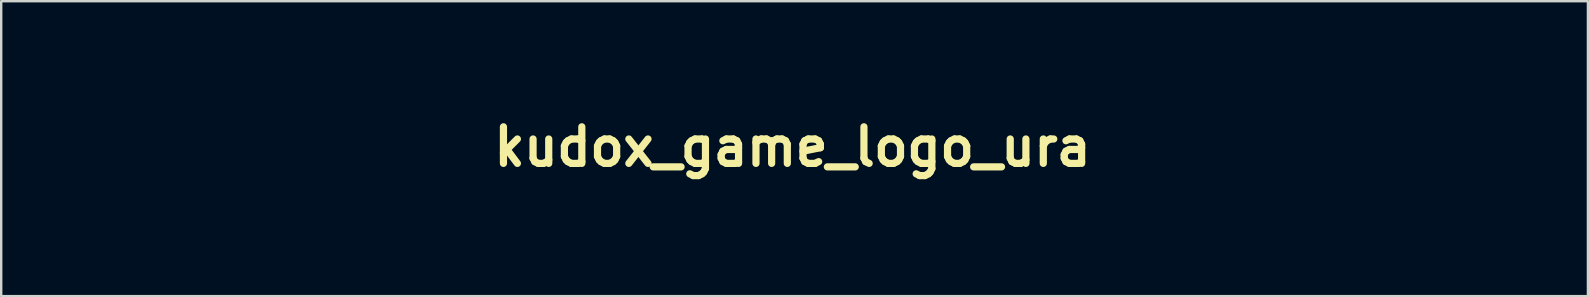
<source format=kicad_pcb>
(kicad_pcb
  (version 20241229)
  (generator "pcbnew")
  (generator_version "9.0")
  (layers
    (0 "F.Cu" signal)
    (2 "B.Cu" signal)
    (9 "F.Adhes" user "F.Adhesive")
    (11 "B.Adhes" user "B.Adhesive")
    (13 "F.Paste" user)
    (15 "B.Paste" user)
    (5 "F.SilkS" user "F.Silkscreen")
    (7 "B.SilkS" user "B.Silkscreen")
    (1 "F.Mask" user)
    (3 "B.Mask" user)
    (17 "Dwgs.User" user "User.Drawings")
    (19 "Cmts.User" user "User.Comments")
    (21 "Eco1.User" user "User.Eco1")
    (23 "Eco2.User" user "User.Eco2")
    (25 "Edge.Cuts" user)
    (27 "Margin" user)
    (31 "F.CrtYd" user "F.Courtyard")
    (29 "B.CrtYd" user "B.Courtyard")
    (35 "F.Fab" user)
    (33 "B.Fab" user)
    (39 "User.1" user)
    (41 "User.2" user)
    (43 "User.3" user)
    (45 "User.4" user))
  (footprint "kudox_game_logo_ura"
    (layer "F.Cu")
    (at 29.977 3.069)
    (property "Reference" "kudox_game_logo_ura" (at 0 0 0) (layer "F.SilkS") (effects (font (size 1.524 1.524) (thickness 0.3))))
    (attr through_hole)
    (fp_poly (pts (xy 28.238 0.875) (xy 28.562 1.04) (xy 29.003 1.291) (xy 29.47 1.572) (xy 29.869 1.826) (xy 30.11 1.998) (xy 30.141 2.035) (xy 30.009 2.156) (xy 29.675 2.385) (xy 29.234 2.663) (xy 28.78 2.933) (xy 28.407 3.137) (xy 28.21 3.217) (xy 28.161 3.062) (xy 28.125 2.654) (xy 28.109 2.077) (xy 28.109 2.018) (xy 28.126 1.44) (xy 28.169 1.032) (xy 28.23 0.874) (xy 28.238 0.875)) (stroke (width 0.01) (type solid)) (fill yes) (layer "F.Mask"))
    (fp_poly (pts (xy -15.815 -2.96) (xy -14.96 -2.712) (xy -14.348 -2.245) (xy -13.956 -1.542) (xy -13.763 -0.586) (xy -13.746 -0.356) (xy -13.789 0.792) (xy -14.066 1.696) (xy -14.584 2.364) (xy -15.35 2.803) (xy -16.37 3.02) (xy -16.992 3.048) (xy -17.714 3.017) (xy -18.117 2.921) (xy -18.213 2.83) (xy -18.238 2.594) (xy -18.255 2.081) (xy -18.259 1.622) (xy -17.593 1.622) (xy -17.576 2.081) (xy -17.534 2.356) (xy -17.459 2.499) (xy -17.344 2.56) (xy -17.234 2.583) (xy -16.433 2.582) (xy -15.598 2.35) (xy -15.325 2.217) (xy -14.785 1.739) (xy -14.415 1.051) (xy -14.231 0.245) (xy -14.251 -0.584) (xy -14.493 -1.345) (xy -14.608 -1.541) (xy -15.223 -2.182) (xy -16.005 -2.573) (xy -16.849 -2.671) (xy -17.526 -2.625) (xy -17.573 -0.055) (xy -17.589 0.927) (xy -17.593 1.622) (xy -18.259 1.622) (xy -18.262 1.353) (xy -18.259 0.473) (xy -18.25 -0.176) (xy -18.203 -2.963) (xy -16.933 -3.009) (xy -15.815 -2.96)) (stroke (width 0.01) (type solid)) (fill yes) (layer "F.Mask"))
    (fp_poly (pts (xy -8.781 -2.986) (xy -8.076 -2.74) (xy -7.957 -2.667) (xy -7.286 -2.108) (xy -6.879 -1.483) (xy -6.679 -0.687) (xy -6.643 -0.295) (xy -6.717 0.763) (xy -7.049 1.69) (xy -7.613 2.426) (xy -7.833 2.607) (xy -8.427 2.876) (xy -9.201 3.012) (xy -10.02 3.007) (xy -10.751 2.857) (xy -11.007 2.745) (xy -11.711 2.183) (xy -12.194 1.434) (xy -12.455 0.568) (xy -12.481 -0.073) (xy -11.85 -0.073) (xy -11.803 0.708) (xy -11.617 1.321) (xy -11.096 2.01) (xy -10.415 2.449) (xy -9.646 2.619) (xy -8.859 2.5) (xy -8.308 2.217) (xy -7.674 1.643) (xy -7.321 0.971) (xy -7.203 0.112) (xy -7.202 0.033) (xy -7.331 -0.897) (xy -7.684 -1.653) (xy -8.206 -2.216) (xy -8.845 -2.567) (xy -9.547 -2.689) (xy -10.261 -2.563) (xy -10.933 -2.17) (xy -11.51 -1.491) (xy -11.522 -1.472) (xy -11.754 -0.852) (xy -11.85 -0.073) (xy -12.481 -0.073) (xy -12.492 -0.344) (xy -12.302 -1.23) (xy -11.886 -2.02) (xy -11.241 -2.642) (xy -11.135 -2.71) (xy -10.447 -2.973) (xy -9.617 -3.064) (xy -8.781 -2.986)) (stroke (width 0.01) (type solid)) (fill yes) (layer "F.Mask"))
    (fp_poly (pts (xy 7.083 -3.015) (xy 7.679 -2.915) (xy 8.109 -2.74) (xy 8.295 -2.493) (xy 8.297 -2.46) (xy 8.287 -2.279) (xy 8.201 -2.223) (xy 7.958 -2.293) (xy 7.52 -2.473) (xy 6.63 -2.687) (xy 5.803 -2.598) (xy 5.087 -2.237) (xy 4.527 -1.639) (xy 4.172 -0.839) (xy 4.065 0) (xy 4.198 0.977) (xy 4.586 1.736) (xy 5.212 2.263) (xy 6.061 2.539) (xy 6.608 2.579) (xy 7.329 2.56) (xy 7.777 2.465) (xy 8.016 2.233) (xy 8.111 1.804) (xy 8.128 1.182) (xy 8.128 0.015) (xy 6.998 -0.035) (xy 6.314 -0.096) (xy 5.902 -0.205) (xy 5.799 -0.296) (xy 5.855 -0.405) (xy 6.136 -0.471) (xy 6.686 -0.503) (xy 7.183 -0.508) (xy 8.636 -0.508) (xy 8.636 2.656) (xy 7.981 2.852) (xy 6.941 3.033) (xy 5.902 2.984) (xy 4.991 2.71) (xy 4.957 2.694) (xy 4.219 2.185) (xy 3.741 1.502) (xy 3.505 0.609) (xy 3.471 0) (xy 3.577 -1.033) (xy 3.908 -1.848) (xy 4.489 -2.5) (xy 4.62 -2.602) (xy 5.091 -2.833) (xy 5.711 -2.977) (xy 6.401 -3.037) (xy 7.083 -3.015)) (stroke (width 0.01) (type solid)) (fill yes) (layer "F.Mask"))
    (fp_poly (pts (xy 24.653 -1.307) (xy 25.087 -1.172) (xy 25.417 -0.847) (xy 25.702 -0.319) (xy 25.879 0.279) (xy 25.908 0.587) (xy 25.908 1.016) (xy 22.568 1.016) (xy 22.65 1.441) (xy 22.831 1.827) (xy 23.173 2.234) (xy 23.252 2.305) (xy 23.622 2.559) (xy 24.006 2.661) (xy 24.504 2.617) (xy 25.188 2.442) (xy 25.495 2.419) (xy 25.563 2.546) (xy 25.405 2.74) (xy 25.135 2.883) (xy 24.343 3.038) (xy 23.521 2.96) (xy 22.913 2.718) (xy 22.44 2.245) (xy 22.127 1.544) (xy 22.014 0.714) (xy 22.097 0.253) (xy 22.691 0.253) (xy 22.702 0.473) (xy 22.785 0.6) (xy 23.007 0.656) (xy 23.441 0.661) (xy 24.003 0.642) (xy 24.661 0.612) (xy 25.048 0.568) (xy 25.232 0.484) (xy 25.28 0.335) (xy 25.269 0.176) (xy 25.064 -0.365) (xy 24.649 -0.793) (xy 24.13 -1.007) (xy 24.008 -1.016) (xy 23.486 -0.871) (xy 23.027 -0.506) (xy 22.738 -0.024) (xy 22.691 0.253) (xy 22.097 0.253) (xy 22.125 0.1) (xy 22.41 -0.527) (xy 22.791 -1.008) (xy 22.88 -1.079) (xy 23.363 -1.269) (xy 24.007 -1.347) (xy 24.653 -1.307)) (stroke (width 0.01) (type solid)) (fill yes) (layer "F.Mask"))
    (fp_poly (pts (xy -29.455 -3.016) (xy -29.353 -2.872) (xy -29.307 -2.543) (xy -29.295 -1.957) (xy -29.295 -1.863) (xy -29.281 -1.278) (xy -29.246 -0.855) (xy -29.196 -0.678) (xy -29.192 -0.677) (xy -29.033 -0.786) (xy -28.685 -1.079) (xy -28.206 -1.507) (xy -27.82 -1.863) (xy -27.161 -2.443) (xy -26.626 -2.842) (xy -26.259 -3.03) (xy -26.187 -3.041) (xy -26.085 -2.989) (xy -26.155 -2.822) (xy -26.422 -2.512) (xy -26.909 -2.031) (xy -27.375 -1.593) (xy -28.927 -0.153) (xy -27.417 1.303) (xy -26.84 1.87) (xy -26.365 2.359) (xy -26.039 2.718) (xy -25.909 2.898) (xy -25.908 2.903) (xy -26.012 3.064) (xy -26.318 2.968) (xy -26.815 2.621) (xy -27.493 2.029) (xy -27.876 1.663) (xy -29.295 0.279) (xy -29.295 1.663) (xy -29.31 2.39) (xy -29.359 2.827) (xy -29.452 3.024) (xy -29.52 3.048) (xy -29.808 2.973) (xy -29.859 2.935) (xy -29.896 2.737) (xy -29.928 2.257) (xy -29.952 1.553) (xy -29.968 0.682) (xy -29.972 -0.113) (xy -29.97 -1.173) (xy -29.962 -1.942) (xy -29.94 -2.466) (xy -29.901 -2.791) (xy -29.839 -2.966) (xy -29.748 -3.036) (xy -29.633 -3.048) (xy -29.455 -3.016)) (stroke (width 0.01) (type solid)) (fill yes) (layer "F.Mask"))
    (fp_poly (pts (xy -24.041 -2.986) (xy -23.967 -2.767) (xy -23.913 -2.347) (xy -23.875 -1.678) (xy -23.847 -0.774) (xy -23.818 0.173) (xy -23.779 0.846) (xy -23.72 1.311) (xy -23.631 1.635) (xy -23.503 1.882) (xy -23.436 1.978) (xy -23.121 2.3) (xy -22.715 2.458) (xy -22.294 2.507) (xy -21.747 2.505) (xy -21.377 2.378) (xy -21.084 2.134) (xy -20.915 1.952) (xy -20.799 1.759) (xy -20.724 1.494) (xy -20.682 1.093) (xy -20.664 0.497) (xy -20.659 -0.359) (xy -20.659 -0.67) (xy -20.657 -1.609) (xy -20.645 -2.261) (xy -20.616 -2.679) (xy -20.562 -2.915) (xy -20.475 -3.02) (xy -20.348 -3.047) (xy -20.304 -3.048) (xy -20.163 -3.035) (xy -20.067 -2.961) (xy -20.01 -2.773) (xy -19.986 -2.418) (xy -19.987 -1.845) (xy -20.008 -0.999) (xy -20.016 -0.72) (xy -20.066 0.395) (xy -20.142 1.266) (xy -20.241 1.858) (xy -20.31 2.066) (xy -20.717 2.539) (xy -21.34 2.87) (xy -22.079 3.034) (xy -22.832 3.006) (xy -23.368 2.831) (xy -23.748 2.571) (xy -24.025 2.191) (xy -24.214 1.645) (xy -24.327 0.885) (xy -24.377 -0.138) (xy -24.384 -0.804) (xy -24.378 -1.739) (xy -24.356 -2.383) (xy -24.313 -2.784) (xy -24.244 -2.99) (xy -24.143 -3.048) (xy -24.143 -3.048) (xy -24.041 -2.986)) (stroke (width 0.01) (type solid)) (fill yes) (layer "F.Mask"))
    (fp_poly (pts (xy -0.898 -3.006) (xy -0.847 -2.956) (xy -0.935 -2.784) (xy -1.173 -2.4) (xy -1.518 -1.872) (xy -1.722 -1.567) (xy -2.106 -0.978) (xy -2.405 -0.485) (xy -2.574 -0.16) (xy -2.596 -0.085) (xy -2.51 0.13) (xy -2.277 0.555) (xy -1.94 1.118) (xy -1.722 1.464) (xy -1.345 2.062) (xy -1.049 2.552) (xy -0.876 2.865) (xy -0.847 2.938) (xy -0.985 3.035) (xy -1.105 3.048) (xy -1.307 2.913) (xy -1.624 2.553) (xy -2.002 2.034) (xy -2.164 1.787) (xy -2.529 1.224) (xy -2.828 0.788) (xy -3.014 0.546) (xy -3.048 0.517) (xy -3.17 0.646) (xy -3.426 0.999) (xy -3.769 1.51) (xy -3.941 1.778) (xy -4.386 2.418) (xy -4.768 2.855) (xy -5.057 3.065) (xy -5.222 3.023) (xy -5.249 2.874) (xy -5.16 2.667) (xy -4.921 2.25) (xy -4.572 1.695) (xy -4.333 1.332) (xy -3.417 -0.036) (xy -4.333 -1.456) (xy -4.72 -2.063) (xy -5.026 -2.559) (xy -5.212 -2.879) (xy -5.249 -2.962) (xy -5.109 -3.035) (xy -4.95 -3.048) (xy -4.692 -2.898) (xy -4.326 -2.471) (xy -3.918 -1.863) (xy -3.569 -1.317) (xy -3.279 -0.904) (xy -3.099 -0.692) (xy -3.072 -0.677) (xy -2.935 -0.811) (xy -2.672 -1.166) (xy -2.332 -1.676) (xy -2.213 -1.863) (xy -1.745 -2.544) (xy -1.377 -2.943) (xy -1.158 -3.048) (xy -0.898 -3.006)) (stroke (width 0.01) (type solid)) (fill yes) (layer "F.Mask"))
    (fp_poly (pts (xy 12.62 -1.324) (xy 12.967 -1.228) (xy 12.971 -1.225) (xy 13.222 -0.959) (xy 13.395 -0.52) (xy 13.502 0.144) (xy 13.555 1.084) (xy 13.559 1.274) (xy 13.558 2.177) (xy 13.512 2.75) (xy 13.42 3.001) (xy 13.401 3.012) (xy 13.185 2.937) (xy 13.107 2.812) (xy 13.001 2.648) (xy 12.803 2.665) (xy 12.523 2.798) (xy 11.845 3.011) (xy 11.143 3.011) (xy 10.558 2.799) (xy 10.536 2.784) (xy 10.259 2.405) (xy 10.157 1.896) (xy 10.692 1.896) (xy 10.917 2.364) (xy 10.948 2.4) (xy 11.27 2.654) (xy 11.638 2.678) (xy 12.112 2.507) (xy 12.573 2.14) (xy 12.913 1.587) (xy 13.039 1.024) (xy 12.99 0.805) (xy 12.784 0.703) (xy 12.335 0.677) (xy 12.3 0.677) (xy 11.604 0.78) (xy 11.077 1.052) (xy 10.759 1.441) (xy 10.692 1.896) (xy 10.157 1.896) (xy 10.148 1.847) (xy 10.222 1.238) (xy 10.265 1.108) (xy 10.569 0.76) (xy 11.164 0.477) (xy 12.007 0.279) (xy 12.156 0.257) (xy 12.671 0.174) (xy 12.92 0.076) (xy 12.976 -0.079) (xy 12.943 -0.228) (xy 12.649 -0.738) (xy 12.152 -0.979) (xy 11.46 -0.951) (xy 11.023 -0.827) (xy 10.586 -0.727) (xy 10.361 -0.778) (xy 10.393 -0.95) (xy 10.574 -1.115) (xy 10.921 -1.243) (xy 11.466 -1.325) (xy 12.076 -1.354) (xy 12.62 -1.324)) (stroke (width 0.01) (type solid)) (fill yes) (layer "F.Mask"))
    (fp_poly (pts (xy 15.746 -1.227) (xy 15.797 -1.143) (xy 15.91 -1.016) (xy 16.099 -1.143) (xy 16.486 -1.315) (xy 17.014 -1.339) (xy 17.524 -1.217) (xy 17.701 -1.118) (xy 17.998 -0.967) (xy 18.278 -1.06) (xy 18.364 -1.118) (xy 18.891 -1.325) (xy 19.499 -1.337) (xy 20.039 -1.165) (xy 20.251 -0.998) (xy 20.399 -0.788) (xy 20.495 -0.501) (xy 20.548 -0.065) (xy 20.571 0.591) (xy 20.574 1.161) (xy 20.566 1.979) (xy 20.538 2.513) (xy 20.482 2.818) (xy 20.391 2.947) (xy 20.32 2.963) (xy 20.194 2.899) (xy 20.11 2.667) (xy 20.057 2.212) (xy 20.025 1.477) (xy 20.024 1.439) (xy 19.989 0.515) (xy 19.936 -0.126) (xy 19.853 -0.54) (xy 19.727 -0.781) (xy 19.547 -0.906) (xy 19.497 -0.924) (xy 18.971 -0.953) (xy 18.57 -0.669) (xy 18.295 -0.073) (xy 18.147 0.833) (xy 18.119 1.6) (xy 18.108 2.322) (xy 18.069 2.765) (xy 17.991 2.987) (xy 17.865 3.048) (xy 17.748 2.993) (xy 17.672 2.792) (xy 17.63 2.389) (xy 17.612 1.729) (xy 17.611 1.296) (xy 17.603 0.484) (xy 17.571 -0.062) (xy 17.505 -0.41) (xy 17.393 -0.634) (xy 17.284 -0.751) (xy 16.865 -0.956) (xy 16.447 -0.832) (xy 16.056 -0.385) (xy 16.039 -0.355) (xy 15.875 0.048) (xy 15.782 0.619) (xy 15.749 1.437) (xy 15.748 1.592) (xy 15.737 2.317) (xy 15.699 2.761) (xy 15.621 2.986) (xy 15.496 3.048) (xy 15.494 3.048) (xy 15.388 2.999) (xy 15.316 2.818) (xy 15.271 2.456) (xy 15.247 1.862) (xy 15.24 0.987) (xy 15.24 0.847) (xy 15.246 -0.079) (xy 15.269 -0.714) (xy 15.314 -1.106) (xy 15.385 -1.304) (xy 15.48 -1.355) (xy 15.746 -1.227)) (stroke (width 0.01) (type solid)) (fill yes) (layer "F.Mask")))
  (gr_rect
    (start -3 -3)
    (end 63.123 9.292)
    (stroke (width 0.1) (type default))
    (fill no)
    (layer "Edge.Cuts")))
</source>
